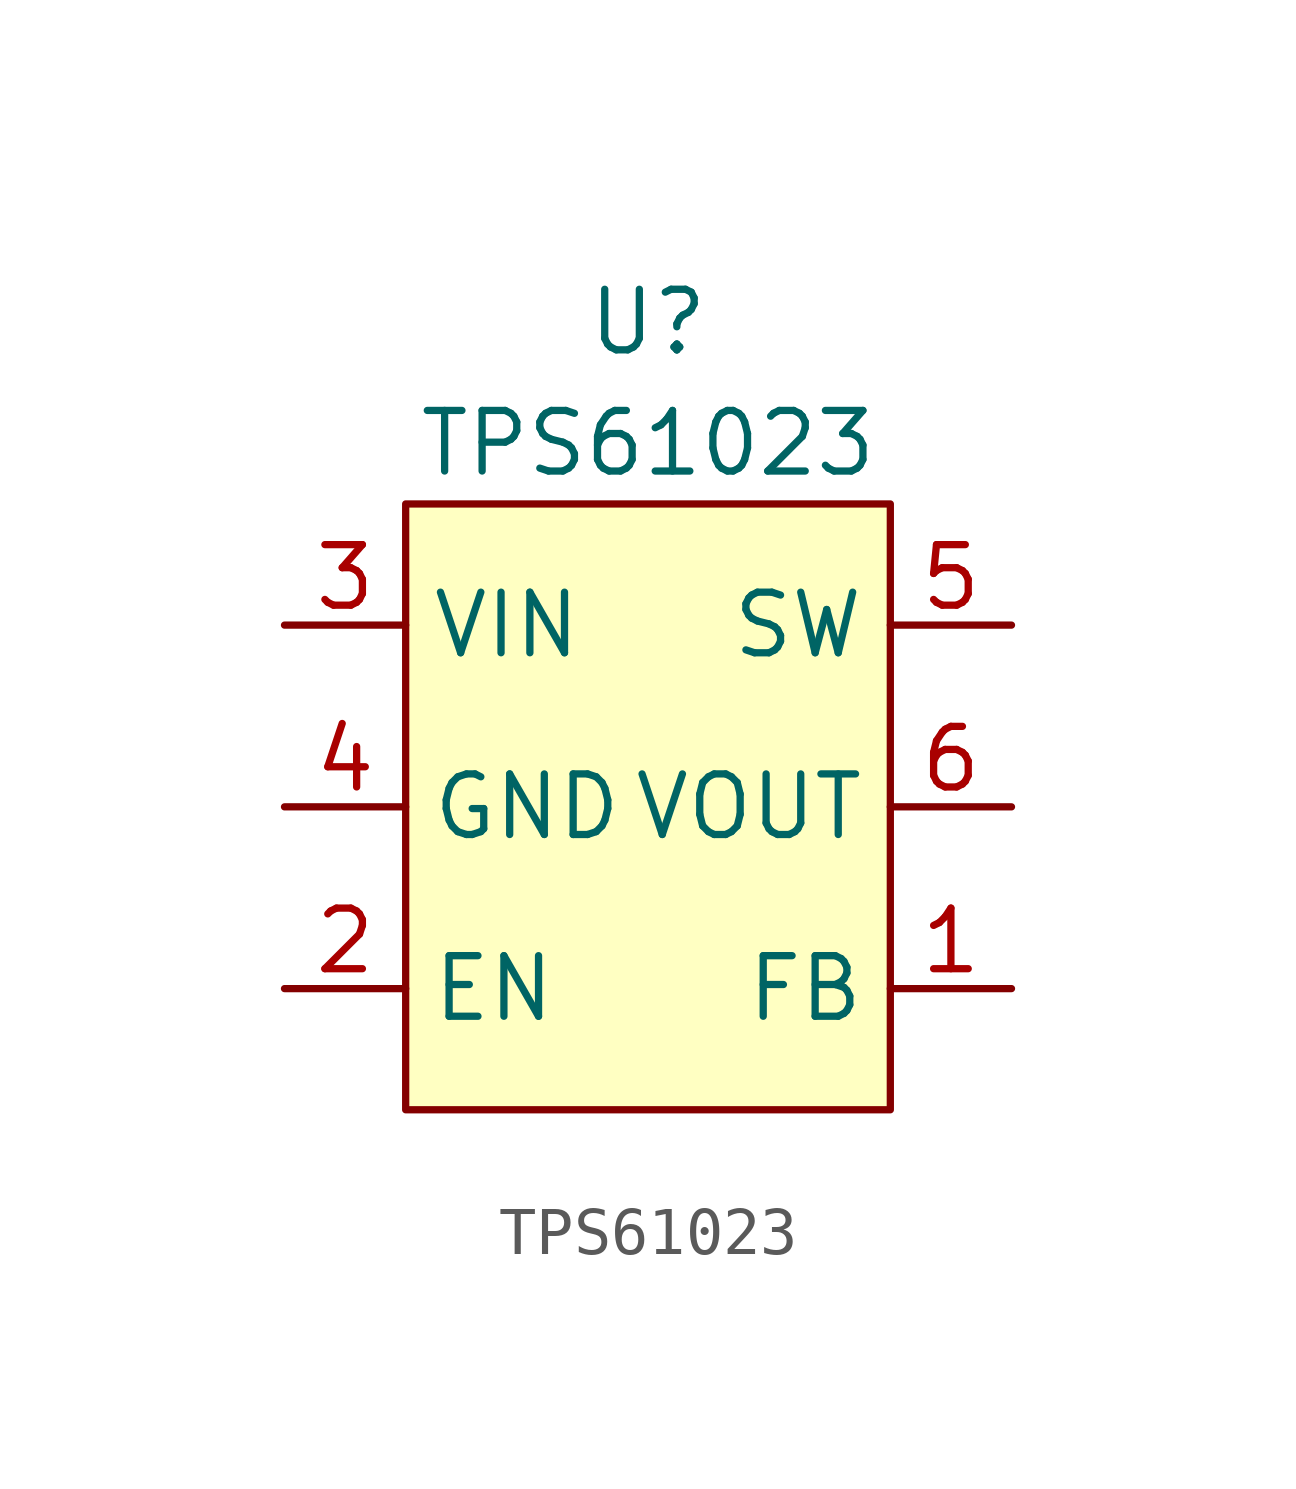
<source format=kicad_sym>
(kicad_symbol_lib
  (version 20220914)
  (generator kicad_symbol_editor)
  (symbol "TPS61023"
    (property "Reference" "U"
      (at 0 3.81 0)
      (effects (font (size 1.27 1.27))))
    (property "Value" "TPS61023"
      (at 0 1.27 0)
      (effects (font (size 1.27 1.27))))
    (symbol "TPS61023_0_1"
      (rectangle (start -5.08 0) (end 5.08 -12.7) (stroke (width 0) (type default)) (fill (type background))))
    (symbol "TPS61023_1_1"
      (pin power_in line (at 7.62 -10.16 180) (length 2.54) (name "FB" (effects (font (size 1.27 1.27)))) (number "1" (effects (font (size 1.27 1.27)))))
      (pin input line (at -7.62 -10.16 0) (length 2.54) (name "EN" (effects (font (size 1.27 1.27)))) (number "2" (effects (font (size 1.27 1.27)))))
      (pin power_in line (at -7.62 -2.54 0) (length 2.54) (name "VIN" (effects (font (size 1.27 1.27)))) (number "3" (effects (font (size 1.27 1.27)))))
      (pin power_in line (at -7.62 -6.35 0) (length 2.54) (name "GND" (effects (font (size 1.27 1.27)))) (number "4" (effects (font (size 1.27 1.27)))))
      (pin power_out line (at 7.62 -2.54 180) (length 2.54) (name "SW" (effects (font (size 1.27 1.27)))) (number "5" (effects (font (size 1.27 1.27)))))
      (pin power_out line (at 7.62 -6.35 180) (length 2.54) (name "VOUT" (effects (font (size 1.27 1.27)))) (number "6" (effects (font (size 1.27 1.27))))))))
</source>
